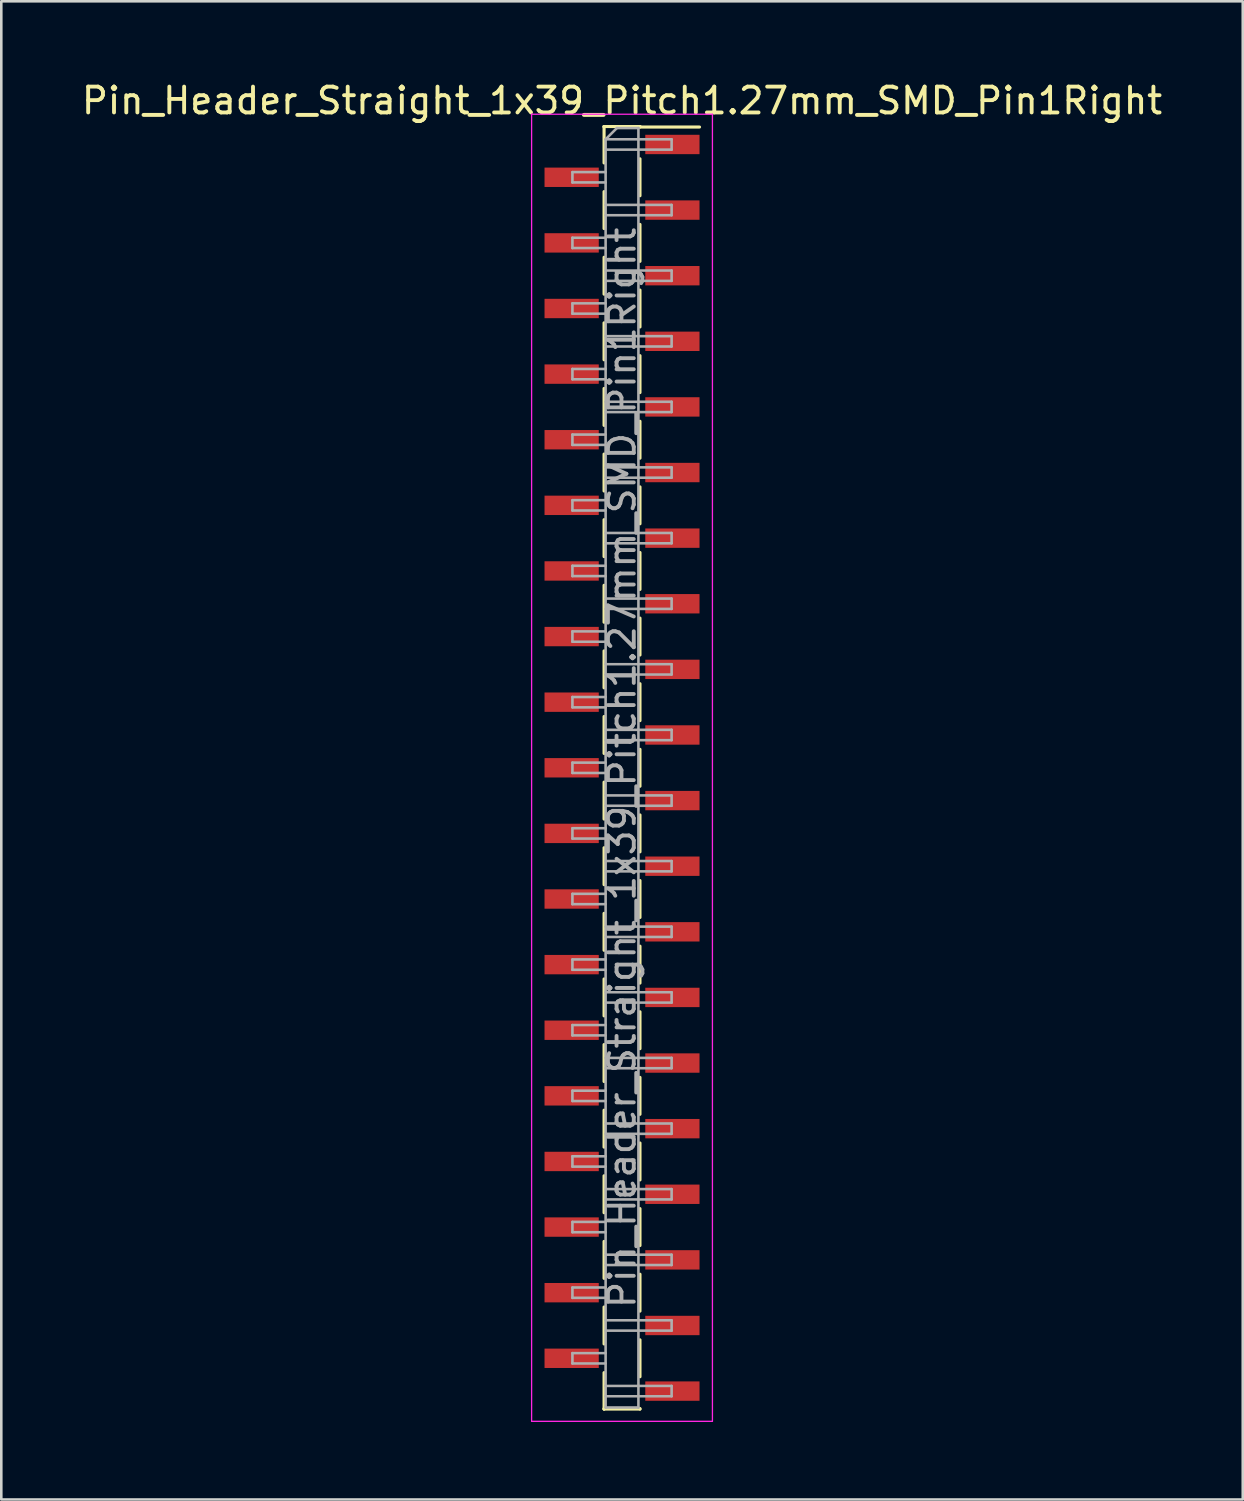
<source format=kicad_pcb>
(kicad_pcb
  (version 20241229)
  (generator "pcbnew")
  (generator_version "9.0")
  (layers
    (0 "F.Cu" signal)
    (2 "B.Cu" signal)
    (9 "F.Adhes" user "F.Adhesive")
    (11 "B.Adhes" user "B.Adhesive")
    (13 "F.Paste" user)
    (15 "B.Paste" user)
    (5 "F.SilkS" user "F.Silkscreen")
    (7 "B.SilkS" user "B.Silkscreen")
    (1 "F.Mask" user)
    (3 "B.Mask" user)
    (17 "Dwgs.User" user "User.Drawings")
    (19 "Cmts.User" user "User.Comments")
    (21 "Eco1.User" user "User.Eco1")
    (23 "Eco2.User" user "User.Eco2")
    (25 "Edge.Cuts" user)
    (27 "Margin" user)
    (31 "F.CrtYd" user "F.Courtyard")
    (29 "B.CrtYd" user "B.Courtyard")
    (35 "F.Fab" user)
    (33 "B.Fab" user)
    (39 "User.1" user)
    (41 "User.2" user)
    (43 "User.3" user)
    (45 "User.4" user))
  (footprint "Pin_Header_Straight_1x39_Pitch1.27mm_SMD_Pin1Right"
    (layer "F.Cu")
    (at 21.03 26.673)
    (property "Reference" "Pin_Header_Straight_1x39_Pitch1.27mm_SMD_Pin1Right" (at 0 -25.825 0) (layer "F.SilkS") (effects (font (size 1 1) (thickness 0.15))))
    (attr smd)
    (fp_line (start -0.695 -24.825) (end -0.695 -23.415) (stroke (width 0.12) (type solid)) (layer "F.SilkS"))
    (fp_line (start -0.695 -24.825) (end 0.695 -24.825) (stroke (width 0.12) (type solid)) (layer "F.SilkS"))
    (fp_line (start -0.695 -24.805) (end -0.695 -24.825) (stroke (width 0.12) (type solid)) (layer "F.SilkS"))
    (fp_line (start -0.695 -22.305) (end -0.695 -20.875) (stroke (width 0.12) (type solid)) (layer "F.SilkS"))
    (fp_line (start -0.695 -19.765) (end -0.695 -18.335) (stroke (width 0.12) (type solid)) (layer "F.SilkS"))
    (fp_line (start -0.695 -17.225) (end -0.695 -15.795) (stroke (width 0.12) (type solid)) (layer "F.SilkS"))
    (fp_line (start -0.695 -14.685) (end -0.695 -13.255) (stroke (width 0.12) (type solid)) (layer "F.SilkS"))
    (fp_line (start -0.695 -12.145) (end -0.695 -10.715) (stroke (width 0.12) (type solid)) (layer "F.SilkS"))
    (fp_line (start -0.695 -9.605) (end -0.695 -8.175) (stroke (width 0.12) (type solid)) (layer "F.SilkS"))
    (fp_line (start -0.695 -7.065) (end -0.695 -5.635) (stroke (width 0.12) (type solid)) (layer "F.SilkS"))
    (fp_line (start -0.695 -4.525) (end -0.695 -3.095) (stroke (width 0.12) (type solid)) (layer "F.SilkS"))
    (fp_line (start -0.695 -1.985) (end -0.695 -0.555) (stroke (width 0.12) (type solid)) (layer "F.SilkS"))
    (fp_line (start -0.695 0.555) (end -0.695 1.985) (stroke (width 0.12) (type solid)) (layer "F.SilkS"))
    (fp_line (start -0.695 3.095) (end -0.695 4.525) (stroke (width 0.12) (type solid)) (layer "F.SilkS"))
    (fp_line (start -0.695 5.635) (end -0.695 7.065) (stroke (width 0.12) (type solid)) (layer "F.SilkS"))
    (fp_line (start -0.695 8.175) (end -0.695 9.605) (stroke (width 0.12) (type solid)) (layer "F.SilkS"))
    (fp_line (start -0.695 10.715) (end -0.695 12.145) (stroke (width 0.12) (type solid)) (layer "F.SilkS"))
    (fp_line (start -0.695 13.255) (end -0.695 14.685) (stroke (width 0.12) (type solid)) (layer "F.SilkS"))
    (fp_line (start -0.695 15.795) (end -0.695 17.225) (stroke (width 0.12) (type solid)) (layer "F.SilkS"))
    (fp_line (start -0.695 18.335) (end -0.695 19.765) (stroke (width 0.12) (type solid)) (layer "F.SilkS"))
    (fp_line (start -0.695 20.875) (end -0.695 22.305) (stroke (width 0.12) (type solid)) (layer "F.SilkS"))
    (fp_line (start -0.695 23.415) (end -0.695 24.825) (stroke (width 0.12) (type solid)) (layer "F.SilkS"))
    (fp_line (start -0.695 24.805) (end -0.695 24.825) (stroke (width 0.12) (type solid)) (layer "F.SilkS"))
    (fp_line (start -0.695 24.825) (end 0.695 24.825) (stroke (width 0.12) (type solid)) (layer "F.SilkS"))
    (fp_line (start 0.695 -24.825) (end 0.695 -24.805) (stroke (width 0.12) (type solid)) (layer "F.SilkS"))
    (fp_line (start 0.695 -24.805) (end 3 -24.805) (stroke (width 0.12) (type solid)) (layer "F.SilkS"))
    (fp_line (start 0.695 -23.575) (end 0.695 -22.145) (stroke (width 0.12) (type solid)) (layer "F.SilkS"))
    (fp_line (start 0.695 -21.035) (end 0.695 -19.605) (stroke (width 0.12) (type solid)) (layer "F.SilkS"))
    (fp_line (start 0.695 -18.495) (end 0.695 -17.065) (stroke (width 0.12) (type solid)) (layer "F.SilkS"))
    (fp_line (start 0.695 -15.955) (end 0.695 -14.525) (stroke (width 0.12) (type solid)) (layer "F.SilkS"))
    (fp_line (start 0.695 -13.415) (end 0.695 -11.985) (stroke (width 0.12) (type solid)) (layer "F.SilkS"))
    (fp_line (start 0.695 -10.875) (end 0.695 -9.445) (stroke (width 0.12) (type solid)) (layer "F.SilkS"))
    (fp_line (start 0.695 -8.335) (end 0.695 -6.905) (stroke (width 0.12) (type solid)) (layer "F.SilkS"))
    (fp_line (start 0.695 -5.795) (end 0.695 -4.365) (stroke (width 0.12) (type solid)) (layer "F.SilkS"))
    (fp_line (start 0.695 -3.255) (end 0.695 -1.825) (stroke (width 0.12) (type solid)) (layer "F.SilkS"))
    (fp_line (start 0.695 -0.715) (end 0.695 0.715) (stroke (width 0.12) (type solid)) (layer "F.SilkS"))
    (fp_line (start 0.695 1.825) (end 0.695 3.255) (stroke (width 0.12) (type solid)) (layer "F.SilkS"))
    (fp_line (start 0.695 4.365) (end 0.695 5.795) (stroke (width 0.12) (type solid)) (layer "F.SilkS"))
    (fp_line (start 0.695 6.905) (end 0.695 8.335) (stroke (width 0.12) (type solid)) (layer "F.SilkS"))
    (fp_line (start 0.695 9.445) (end 0.695 10.875) (stroke (width 0.12) (type solid)) (layer "F.SilkS"))
    (fp_line (start 0.695 11.985) (end 0.695 13.415) (stroke (width 0.12) (type solid)) (layer "F.SilkS"))
    (fp_line (start 0.695 14.525) (end 0.695 15.955) (stroke (width 0.12) (type solid)) (layer "F.SilkS"))
    (fp_line (start 0.695 17.065) (end 0.695 18.495) (stroke (width 0.12) (type solid)) (layer "F.SilkS"))
    (fp_line (start 0.695 19.605) (end 0.695 21.035) (stroke (width 0.12) (type solid)) (layer "F.SilkS"))
    (fp_line (start 0.695 22.145) (end 0.695 23.575) (stroke (width 0.12) (type solid)) (layer "F.SilkS"))
    (fp_line (start 0.695 24.825) (end 0.695 24.805) (stroke (width 0.12) (type solid)) (layer "F.SilkS"))
    (fp_line (start -3.5 -25.3) (end -3.5 25.3) (stroke (width 0.05) (type solid)) (layer "F.CrtYd"))
    (fp_line (start -3.5 25.3) (end 3.5 25.3) (stroke (width 0.05) (type solid)) (layer "F.CrtYd"))
    (fp_line (start 3.5 -25.3) (end -3.5 -25.3) (stroke (width 0.05) (type solid)) (layer "F.CrtYd"))
    (fp_line (start 3.5 25.3) (end 3.5 -25.3) (stroke (width 0.05) (type solid)) (layer "F.CrtYd"))
    (fp_line (start -1.92 -23.06) (end -1.92 -22.66) (stroke (width 0.1) (type solid)) (layer "F.Fab"))
    (fp_line (start -1.92 -22.66) (end -0.635 -22.66) (stroke (width 0.1) (type solid)) (layer "F.Fab"))
    (fp_line (start -1.92 -20.52) (end -1.92 -20.12) (stroke (width 0.1) (type solid)) (layer "F.Fab"))
    (fp_line (start -1.92 -20.12) (end -0.635 -20.12) (stroke (width 0.1) (type solid)) (layer "F.Fab"))
    (fp_line (start -1.92 -17.98) (end -1.92 -17.58) (stroke (width 0.1) (type solid)) (layer "F.Fab"))
    (fp_line (start -1.92 -17.58) (end -0.635 -17.58) (stroke (width 0.1) (type solid)) (layer "F.Fab"))
    (fp_line (start -1.92 -15.44) (end -1.92 -15.04) (stroke (width 0.1) (type solid)) (layer "F.Fab"))
    (fp_line (start -1.92 -15.04) (end -0.635 -15.04) (stroke (width 0.1) (type solid)) (layer "F.Fab"))
    (fp_line (start -1.92 -12.9) (end -1.92 -12.5) (stroke (width 0.1) (type solid)) (layer "F.Fab"))
    (fp_line (start -1.92 -12.5) (end -0.635 -12.5) (stroke (width 0.1) (type solid)) (layer "F.Fab"))
    (fp_line (start -1.92 -10.36) (end -1.92 -9.96) (stroke (width 0.1) (type solid)) (layer "F.Fab"))
    (fp_line (start -1.92 -9.96) (end -0.635 -9.96) (stroke (width 0.1) (type solid)) (layer "F.Fab"))
    (fp_line (start -1.92 -7.82) (end -1.92 -7.42) (stroke (width 0.1) (type solid)) (layer "F.Fab"))
    (fp_line (start -1.92 -7.42) (end -0.635 -7.42) (stroke (width 0.1) (type solid)) (layer "F.Fab"))
    (fp_line (start -1.92 -5.28) (end -1.92 -4.88) (stroke (width 0.1) (type solid)) (layer "F.Fab"))
    (fp_line (start -1.92 -4.88) (end -0.635 -4.88) (stroke (width 0.1) (type solid)) (layer "F.Fab"))
    (fp_line (start -1.92 -2.74) (end -1.92 -2.34) (stroke (width 0.1) (type solid)) (layer "F.Fab"))
    (fp_line (start -1.92 -2.34) (end -0.635 -2.34) (stroke (width 0.1) (type solid)) (layer "F.Fab"))
    (fp_line (start -1.92 -0.2) (end -1.92 0.2) (stroke (width 0.1) (type solid)) (layer "F.Fab"))
    (fp_line (start -1.92 0.2) (end -0.635 0.2) (stroke (width 0.1) (type solid)) (layer "F.Fab"))
    (fp_line (start -1.92 2.34) (end -1.92 2.74) (stroke (width 0.1) (type solid)) (layer "F.Fab"))
    (fp_line (start -1.92 2.74) (end -0.635 2.74) (stroke (width 0.1) (type solid)) (layer "F.Fab"))
    (fp_line (start -1.92 4.88) (end -1.92 5.28) (stroke (width 0.1) (type solid)) (layer "F.Fab"))
    (fp_line (start -1.92 5.28) (end -0.635 5.28) (stroke (width 0.1) (type solid)) (layer "F.Fab"))
    (fp_line (start -1.92 7.42) (end -1.92 7.82) (stroke (width 0.1) (type solid)) (layer "F.Fab"))
    (fp_line (start -1.92 7.82) (end -0.635 7.82) (stroke (width 0.1) (type solid)) (layer "F.Fab"))
    (fp_line (start -1.92 9.96) (end -1.92 10.36) (stroke (width 0.1) (type solid)) (layer "F.Fab"))
    (fp_line (start -1.92 10.36) (end -0.635 10.36) (stroke (width 0.1) (type solid)) (layer "F.Fab"))
    (fp_line (start -1.92 12.5) (end -1.92 12.9) (stroke (width 0.1) (type solid)) (layer "F.Fab"))
    (fp_line (start -1.92 12.9) (end -0.635 12.9) (stroke (width 0.1) (type solid)) (layer "F.Fab"))
    (fp_line (start -1.92 15.04) (end -1.92 15.44) (stroke (width 0.1) (type solid)) (layer "F.Fab"))
    (fp_line (start -1.92 15.44) (end -0.635 15.44) (stroke (width 0.1) (type solid)) (layer "F.Fab"))
    (fp_line (start -1.92 17.58) (end -1.92 17.98) (stroke (width 0.1) (type solid)) (layer "F.Fab"))
    (fp_line (start -1.92 17.98) (end -0.635 17.98) (stroke (width 0.1) (type solid)) (layer "F.Fab"))
    (fp_line (start -1.92 20.12) (end -1.92 20.52) (stroke (width 0.1) (type solid)) (layer "F.Fab"))
    (fp_line (start -1.92 20.52) (end -0.635 20.52) (stroke (width 0.1) (type solid)) (layer "F.Fab"))
    (fp_line (start -1.92 22.66) (end -1.92 23.06) (stroke (width 0.1) (type solid)) (layer "F.Fab"))
    (fp_line (start -1.92 23.06) (end -0.635 23.06) (stroke (width 0.1) (type solid)) (layer "F.Fab"))
    (fp_line (start -0.635 -24.33) (end -0.2 -24.765) (stroke (width 0.1) (type solid)) (layer "F.Fab"))
    (fp_line (start -0.635 -24.33) (end 1.92 -24.33) (stroke (width 0.1) (type solid)) (layer "F.Fab"))
    (fp_line (start -0.635 -23.06) (end -1.92 -23.06) (stroke (width 0.1) (type solid)) (layer "F.Fab"))
    (fp_line (start -0.635 -21.79) (end 1.92 -21.79) (stroke (width 0.1) (type solid)) (layer "F.Fab"))
    (fp_line (start -0.635 -20.52) (end -1.92 -20.52) (stroke (width 0.1) (type solid)) (layer "F.Fab"))
    (fp_line (start -0.635 -19.25) (end 1.92 -19.25) (stroke (width 0.1) (type solid)) (layer "F.Fab"))
    (fp_line (start -0.635 -17.98) (end -1.92 -17.98) (stroke (width 0.1) (type solid)) (layer "F.Fab"))
    (fp_line (start -0.635 -16.71) (end 1.92 -16.71) (stroke (width 0.1) (type solid)) (layer "F.Fab"))
    (fp_line (start -0.635 -15.44) (end -1.92 -15.44) (stroke (width 0.1) (type solid)) (layer "F.Fab"))
    (fp_line (start -0.635 -14.17) (end 1.92 -14.17) (stroke (width 0.1) (type solid)) (layer "F.Fab"))
    (fp_line (start -0.635 -12.9) (end -1.92 -12.9) (stroke (width 0.1) (type solid)) (layer "F.Fab"))
    (fp_line (start -0.635 -11.63) (end 1.92 -11.63) (stroke (width 0.1) (type solid)) (layer "F.Fab"))
    (fp_line (start -0.635 -10.36) (end -1.92 -10.36) (stroke (width 0.1) (type solid)) (layer "F.Fab"))
    (fp_line (start -0.635 -9.09) (end 1.92 -9.09) (stroke (width 0.1) (type solid)) (layer "F.Fab"))
    (fp_line (start -0.635 -7.82) (end -1.92 -7.82) (stroke (width 0.1) (type solid)) (layer "F.Fab"))
    (fp_line (start -0.635 -6.55) (end 1.92 -6.55) (stroke (width 0.1) (type solid)) (layer "F.Fab"))
    (fp_line (start -0.635 -5.28) (end -1.92 -5.28) (stroke (width 0.1) (type solid)) (layer "F.Fab"))
    (fp_line (start -0.635 -4.01) (end 1.92 -4.01) (stroke (width 0.1) (type solid)) (layer "F.Fab"))
    (fp_line (start -0.635 -2.74) (end -1.92 -2.74) (stroke (width 0.1) (type solid)) (layer "F.Fab"))
    (fp_line (start -0.635 -1.47) (end 1.92 -1.47) (stroke (width 0.1) (type solid)) (layer "F.Fab"))
    (fp_line (start -0.635 -0.2) (end -1.92 -0.2) (stroke (width 0.1) (type solid)) (layer "F.Fab"))
    (fp_line (start -0.635 1.07) (end 1.92 1.07) (stroke (width 0.1) (type solid)) (layer "F.Fab"))
    (fp_line (start -0.635 2.34) (end -1.92 2.34) (stroke (width 0.1) (type solid)) (layer "F.Fab"))
    (fp_line (start -0.635 3.61) (end 1.92 3.61) (stroke (width 0.1) (type solid)) (layer "F.Fab"))
    (fp_line (start -0.635 4.88) (end -1.92 4.88) (stroke (width 0.1) (type solid)) (layer "F.Fab"))
    (fp_line (start -0.635 6.15) (end 1.92 6.15) (stroke (width 0.1) (type solid)) (layer "F.Fab"))
    (fp_line (start -0.635 7.42) (end -1.92 7.42) (stroke (width 0.1) (type solid)) (layer "F.Fab"))
    (fp_line (start -0.635 8.69) (end 1.92 8.69) (stroke (width 0.1) (type solid)) (layer "F.Fab"))
    (fp_line (start -0.635 9.96) (end -1.92 9.96) (stroke (width 0.1) (type solid)) (layer "F.Fab"))
    (fp_line (start -0.635 11.23) (end 1.92 11.23) (stroke (width 0.1) (type solid)) (layer "F.Fab"))
    (fp_line (start -0.635 12.5) (end -1.92 12.5) (stroke (width 0.1) (type solid)) (layer "F.Fab"))
    (fp_line (start -0.635 13.77) (end 1.92 13.77) (stroke (width 0.1) (type solid)) (layer "F.Fab"))
    (fp_line (start -0.635 15.04) (end -1.92 15.04) (stroke (width 0.1) (type solid)) (layer "F.Fab"))
    (fp_line (start -0.635 16.31) (end 1.92 16.31) (stroke (width 0.1) (type solid)) (layer "F.Fab"))
    (fp_line (start -0.635 17.58) (end -1.92 17.58) (stroke (width 0.1) (type solid)) (layer "F.Fab"))
    (fp_line (start -0.635 18.85) (end 1.92 18.85) (stroke (width 0.1) (type solid)) (layer "F.Fab"))
    (fp_line (start -0.635 20.12) (end -1.92 20.12) (stroke (width 0.1) (type solid)) (layer "F.Fab"))
    (fp_line (start -0.635 21.39) (end 1.92 21.39) (stroke (width 0.1) (type solid)) (layer "F.Fab"))
    (fp_line (start -0.635 22.66) (end -1.92 22.66) (stroke (width 0.1) (type solid)) (layer "F.Fab"))
    (fp_line (start -0.635 23.93) (end 1.92 23.93) (stroke (width 0.1) (type solid)) (layer "F.Fab"))
    (fp_line (start -0.635 24.765) (end -0.635 -24.33) (stroke (width 0.1) (type solid)) (layer "F.Fab"))
    (fp_line (start -0.2 -24.765) (end 0.635 -24.765) (stroke (width 0.1) (type solid)) (layer "F.Fab"))
    (fp_line (start 0.635 -24.765) (end 0.635 24.765) (stroke (width 0.1) (type solid)) (layer "F.Fab"))
    (fp_line (start 0.635 24.765) (end -0.635 24.765) (stroke (width 0.1) (type solid)) (layer "F.Fab"))
    (fp_line (start 1.92 -24.33) (end 1.92 -23.93) (stroke (width 0.1) (type solid)) (layer "F.Fab"))
    (fp_line (start 1.92 -23.93) (end -0.635 -23.93) (stroke (width 0.1) (type solid)) (layer "F.Fab"))
    (fp_line (start 1.92 -21.79) (end 1.92 -21.39) (stroke (width 0.1) (type solid)) (layer "F.Fab"))
    (fp_line (start 1.92 -21.39) (end -0.635 -21.39) (stroke (width 0.1) (type solid)) (layer "F.Fab"))
    (fp_line (start 1.92 -19.25) (end 1.92 -18.85) (stroke (width 0.1) (type solid)) (layer "F.Fab"))
    (fp_line (start 1.92 -18.85) (end -0.635 -18.85) (stroke (width 0.1) (type solid)) (layer "F.Fab"))
    (fp_line (start 1.92 -16.71) (end 1.92 -16.31) (stroke (width 0.1) (type solid)) (layer "F.Fab"))
    (fp_line (start 1.92 -16.31) (end -0.635 -16.31) (stroke (width 0.1) (type solid)) (layer "F.Fab"))
    (fp_line (start 1.92 -14.17) (end 1.92 -13.77) (stroke (width 0.1) (type solid)) (layer "F.Fab"))
    (fp_line (start 1.92 -13.77) (end -0.635 -13.77) (stroke (width 0.1) (type solid)) (layer "F.Fab"))
    (fp_line (start 1.92 -11.63) (end 1.92 -11.23) (stroke (width 0.1) (type solid)) (layer "F.Fab"))
    (fp_line (start 1.92 -11.23) (end -0.635 -11.23) (stroke (width 0.1) (type solid)) (layer "F.Fab"))
    (fp_line (start 1.92 -9.09) (end 1.92 -8.69) (stroke (width 0.1) (type solid)) (layer "F.Fab"))
    (fp_line (start 1.92 -8.69) (end -0.635 -8.69) (stroke (width 0.1) (type solid)) (layer "F.Fab"))
    (fp_line (start 1.92 -6.55) (end 1.92 -6.15) (stroke (width 0.1) (type solid)) (layer "F.Fab"))
    (fp_line (start 1.92 -6.15) (end -0.635 -6.15) (stroke (width 0.1) (type solid)) (layer "F.Fab"))
    (fp_line (start 1.92 -4.01) (end 1.92 -3.61) (stroke (width 0.1) (type solid)) (layer "F.Fab"))
    (fp_line (start 1.92 -3.61) (end -0.635 -3.61) (stroke (width 0.1) (type solid)) (layer "F.Fab"))
    (fp_line (start 1.92 -1.47) (end 1.92 -1.07) (stroke (width 0.1) (type solid)) (layer "F.Fab"))
    (fp_line (start 1.92 -1.07) (end -0.635 -1.07) (stroke (width 0.1) (type solid)) (layer "F.Fab"))
    (fp_line (start 1.92 1.07) (end 1.92 1.47) (stroke (width 0.1) (type solid)) (layer "F.Fab"))
    (fp_line (start 1.92 1.47) (end -0.635 1.47) (stroke (width 0.1) (type solid)) (layer "F.Fab"))
    (fp_line (start 1.92 3.61) (end 1.92 4.01) (stroke (width 0.1) (type solid)) (layer "F.Fab"))
    (fp_line (start 1.92 4.01) (end -0.635 4.01) (stroke (width 0.1) (type solid)) (layer "F.Fab"))
    (fp_line (start 1.92 6.15) (end 1.92 6.55) (stroke (width 0.1) (type solid)) (layer "F.Fab"))
    (fp_line (start 1.92 6.55) (end -0.635 6.55) (stroke (width 0.1) (type solid)) (layer "F.Fab"))
    (fp_line (start 1.92 8.69) (end 1.92 9.09) (stroke (width 0.1) (type solid)) (layer "F.Fab"))
    (fp_line (start 1.92 9.09) (end -0.635 9.09) (stroke (width 0.1) (type solid)) (layer "F.Fab"))
    (fp_line (start 1.92 11.23) (end 1.92 11.63) (stroke (width 0.1) (type solid)) (layer "F.Fab"))
    (fp_line (start 1.92 11.63) (end -0.635 11.63) (stroke (width 0.1) (type solid)) (layer "F.Fab"))
    (fp_line (start 1.92 13.77) (end 1.92 14.17) (stroke (width 0.1) (type solid)) (layer "F.Fab"))
    (fp_line (start 1.92 14.17) (end -0.635 14.17) (stroke (width 0.1) (type solid)) (layer "F.Fab"))
    (fp_line (start 1.92 16.31) (end 1.92 16.71) (stroke (width 0.1) (type solid)) (layer "F.Fab"))
    (fp_line (start 1.92 16.71) (end -0.635 16.71) (stroke (width 0.1) (type solid)) (layer "F.Fab"))
    (fp_line (start 1.92 18.85) (end 1.92 19.25) (stroke (width 0.1) (type solid)) (layer "F.Fab"))
    (fp_line (start 1.92 19.25) (end -0.635 19.25) (stroke (width 0.1) (type solid)) (layer "F.Fab"))
    (fp_line (start 1.92 21.39) (end 1.92 21.79) (stroke (width 0.1) (type solid)) (layer "F.Fab"))
    (fp_line (start 1.92 21.79) (end -0.635 21.79) (stroke (width 0.1) (type solid)) (layer "F.Fab"))
    (fp_line (start 1.92 23.93) (end 1.92 24.33) (stroke (width 0.1) (type solid)) (layer "F.Fab"))
    (fp_line (start 1.92 24.33) (end -0.635 24.33) (stroke (width 0.1) (type solid)) (layer "F.Fab"))
    (fp_text user "${REFERENCE}" (at 0 0 90) (layer "F.Fab") (effects (font (size 1 1) (thickness 0.15))))
    (pad "1" smd rect (at 1.95 -24.13) (size 2.1 0.75) (layers "F.Cu" "F.Mask"))
    (pad "2" smd rect (at -1.95 -22.86) (size 2.1 0.75) (layers "F.Cu" "F.Mask"))
    (pad "3" smd rect (at 1.95 -21.59) (size 2.1 0.75) (layers "F.Cu" "F.Mask"))
    (pad "4" smd rect (at -1.95 -20.32) (size 2.1 0.75) (layers "F.Cu" "F.Mask"))
    (pad "5" smd rect (at 1.95 -19.05) (size 2.1 0.75) (layers "F.Cu" "F.Mask"))
    (pad "6" smd rect (at -1.95 -17.78) (size 2.1 0.75) (layers "F.Cu" "F.Mask"))
    (pad "7" smd rect (at 1.95 -16.51) (size 2.1 0.75) (layers "F.Cu" "F.Mask"))
    (pad "8" smd rect (at -1.95 -15.24) (size 2.1 0.75) (layers "F.Cu" "F.Mask"))
    (pad "9" smd rect (at 1.95 -13.97) (size 2.1 0.75) (layers "F.Cu" "F.Mask"))
    (pad "10" smd rect (at -1.95 -12.7) (size 2.1 0.75) (layers "F.Cu" "F.Mask"))
    (pad "11" smd rect (at 1.95 -11.43) (size 2.1 0.75) (layers "F.Cu" "F.Mask"))
    (pad "12" smd rect (at -1.95 -10.16) (size 2.1 0.75) (layers "F.Cu" "F.Mask"))
    (pad "13" smd rect (at 1.95 -8.89) (size 2.1 0.75) (layers "F.Cu" "F.Mask"))
    (pad "14" smd rect (at -1.95 -7.62) (size 2.1 0.75) (layers "F.Cu" "F.Mask"))
    (pad "15" smd rect (at 1.95 -6.35) (size 2.1 0.75) (layers "F.Cu" "F.Mask"))
    (pad "16" smd rect (at -1.95 -5.08) (size 2.1 0.75) (layers "F.Cu" "F.Mask"))
    (pad "17" smd rect (at 1.95 -3.81) (size 2.1 0.75) (layers "F.Cu" "F.Mask"))
    (pad "18" smd rect (at -1.95 -2.54) (size 2.1 0.75) (layers "F.Cu" "F.Mask"))
    (pad "19" smd rect (at 1.95 -1.27) (size 2.1 0.75) (layers "F.Cu" "F.Mask"))
    (pad "20" smd rect (at -1.95 0) (size 2.1 0.75) (layers "F.Cu" "F.Mask"))
    (pad "21" smd rect (at 1.95 1.27) (size 2.1 0.75) (layers "F.Cu" "F.Mask"))
    (pad "22" smd rect (at -1.95 2.54) (size 2.1 0.75) (layers "F.Cu" "F.Mask"))
    (pad "23" smd rect (at 1.95 3.81) (size 2.1 0.75) (layers "F.Cu" "F.Mask"))
    (pad "24" smd rect (at -1.95 5.08) (size 2.1 0.75) (layers "F.Cu" "F.Mask"))
    (pad "25" smd rect (at 1.95 6.35) (size 2.1 0.75) (layers "F.Cu" "F.Mask"))
    (pad "26" smd rect (at -1.95 7.62) (size 2.1 0.75) (layers "F.Cu" "F.Mask"))
    (pad "27" smd rect (at 1.95 8.89) (size 2.1 0.75) (layers "F.Cu" "F.Mask"))
    (pad "28" smd rect (at -1.95 10.16) (size 2.1 0.75) (layers "F.Cu" "F.Mask"))
    (pad "29" smd rect (at 1.95 11.43) (size 2.1 0.75) (layers "F.Cu" "F.Mask"))
    (pad "30" smd rect (at -1.95 12.7) (size 2.1 0.75) (layers "F.Cu" "F.Mask"))
    (pad "31" smd rect (at 1.95 13.97) (size 2.1 0.75) (layers "F.Cu" "F.Mask"))
    (pad "32" smd rect (at -1.95 15.24) (size 2.1 0.75) (layers "F.Cu" "F.Mask"))
    (pad "33" smd rect (at 1.95 16.51) (size 2.1 0.75) (layers "F.Cu" "F.Mask"))
    (pad "34" smd rect (at -1.95 17.78) (size 2.1 0.75) (layers "F.Cu" "F.Mask"))
    (pad "35" smd rect (at 1.95 19.05) (size 2.1 0.75) (layers "F.Cu" "F.Mask"))
    (pad "36" smd rect (at -1.95 20.32) (size 2.1 0.75) (layers "F.Cu" "F.Mask"))
    (pad "37" smd rect (at 1.95 21.59) (size 2.1 0.75) (layers "F.Cu" "F.Mask"))
    (pad "38" smd rect (at -1.95 22.86) (size 2.1 0.75) (layers "F.Cu" "F.Mask"))
    (pad "39" smd rect (at 1.95 24.13) (size 2.1 0.75) (layers "F.Cu" "F.Mask")))
  (gr_rect
    (start -3 -3)
    (end 45.06 54.998)
    (stroke (width 0.1) (type default))
    (fill no)
    (layer "Edge.Cuts")))
</source>
